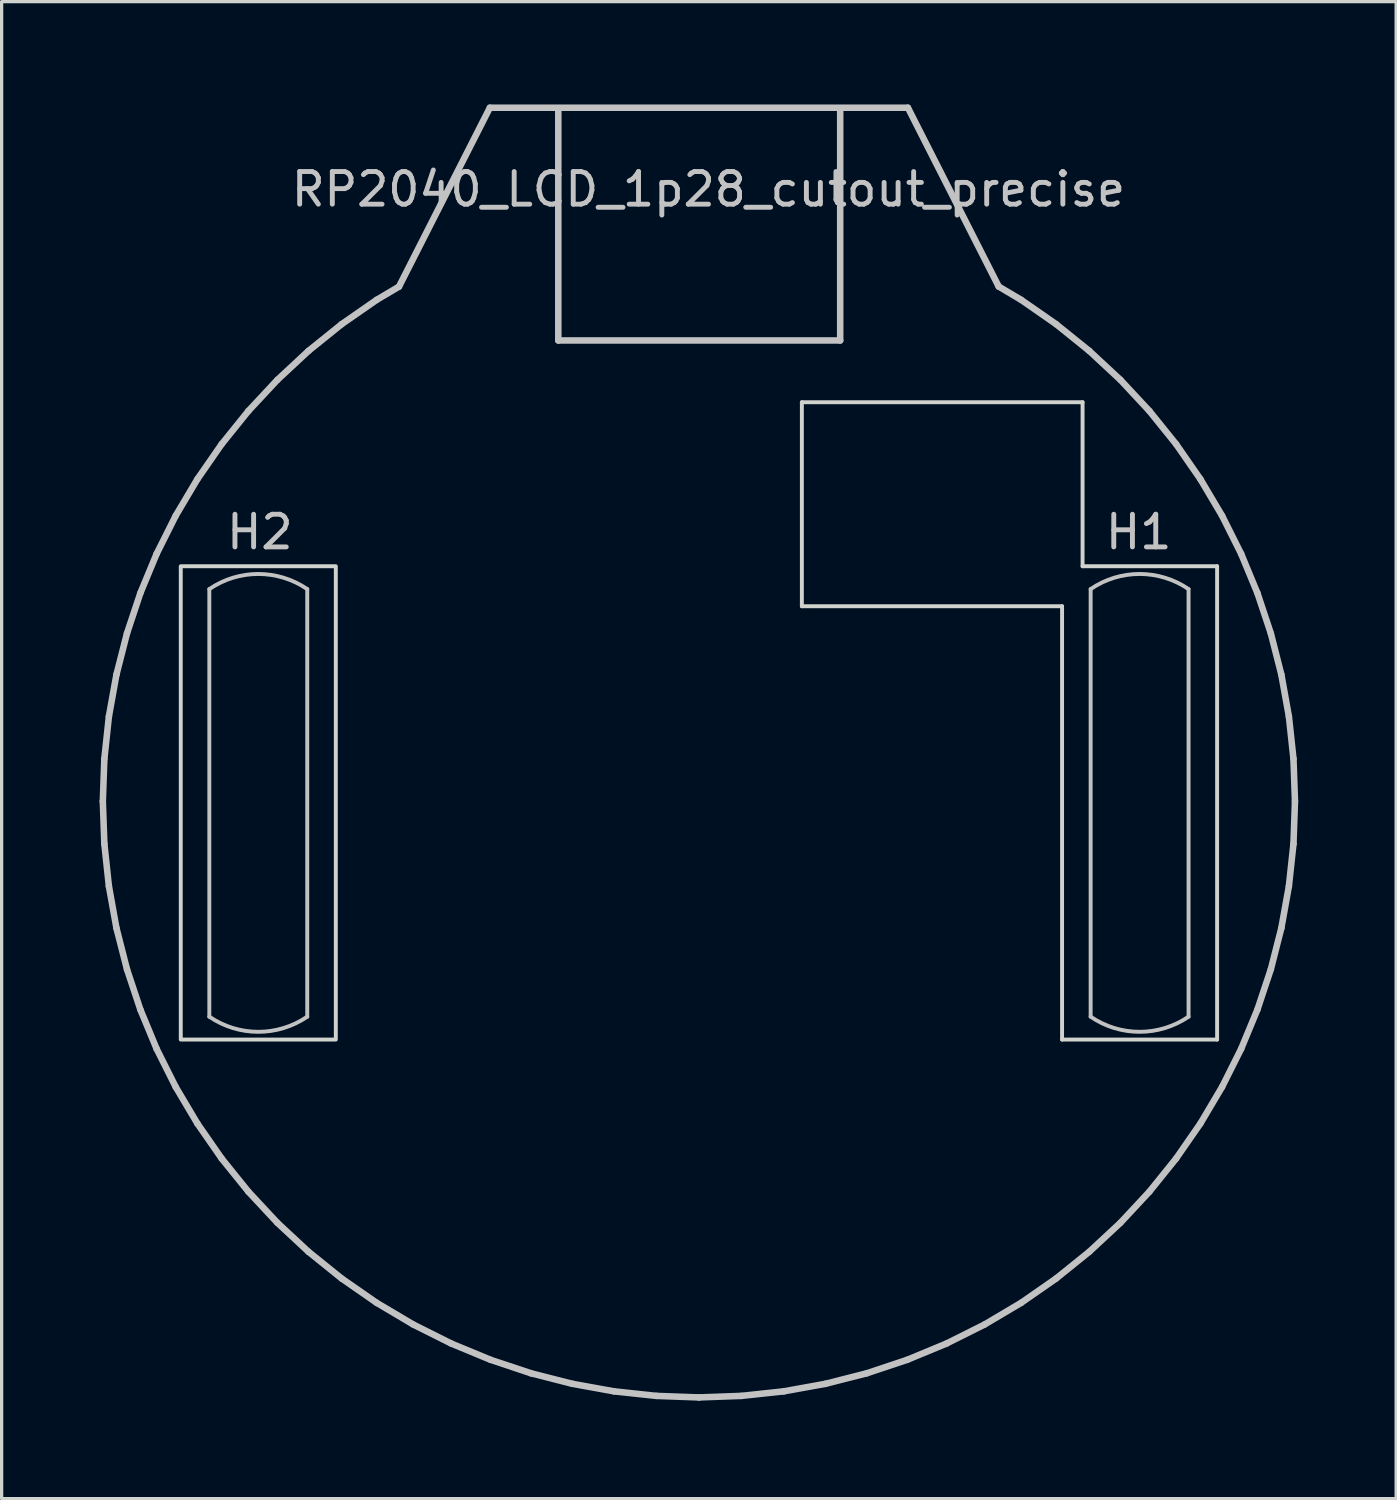
<source format=kicad_pcb>
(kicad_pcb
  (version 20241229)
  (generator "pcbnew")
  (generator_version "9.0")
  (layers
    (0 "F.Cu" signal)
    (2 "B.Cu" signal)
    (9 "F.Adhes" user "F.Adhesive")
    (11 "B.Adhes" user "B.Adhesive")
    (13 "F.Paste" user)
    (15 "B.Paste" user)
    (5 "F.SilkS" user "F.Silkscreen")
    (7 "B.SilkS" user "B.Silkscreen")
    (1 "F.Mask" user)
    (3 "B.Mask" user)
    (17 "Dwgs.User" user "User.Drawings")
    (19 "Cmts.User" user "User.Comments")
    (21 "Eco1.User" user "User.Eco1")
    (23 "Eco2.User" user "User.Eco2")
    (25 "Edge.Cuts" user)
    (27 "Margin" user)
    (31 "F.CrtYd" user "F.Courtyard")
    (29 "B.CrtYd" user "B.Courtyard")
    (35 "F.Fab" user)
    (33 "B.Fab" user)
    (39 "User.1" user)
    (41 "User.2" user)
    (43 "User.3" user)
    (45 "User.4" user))
  (footprint "RP2040_LCD_1p28_cutout_precise"
    (layer "F.Cu")
    (at 11.958 0.25)
    (property "Reference" "RP2040_LCD_1p28_cutout_precise" (at 6.697 2.5 0) (unlocked yes) (layer "Dwgs.User") (effects (font (size 1 1) (thickness 0.15))))
    (fp_line (start -11.858 21.25) (end -11.811 19.947) (stroke (width 0.2) (type solid)) (layer "Dwgs.User"))
    (fp_line (start -11.811 19.947) (end -11.672 18.651) (stroke (width 0.2) (type solid)) (layer "Dwgs.User"))
    (fp_line (start -11.811 22.553) (end -11.858 21.25) (stroke (width 0.2) (type solid)) (layer "Dwgs.User"))
    (fp_line (start -11.672 18.651) (end -11.441 17.368) (stroke (width 0.2) (type solid)) (layer "Dwgs.User"))
    (fp_line (start -11.672 23.849) (end -11.811 22.553) (stroke (width 0.2) (type solid)) (layer "Dwgs.User"))
    (fp_line (start -11.441 17.368) (end -11.118 16.105) (stroke (width 0.2) (type solid)) (layer "Dwgs.User"))
    (fp_line (start -11.441 25.132) (end -11.672 23.849) (stroke (width 0.2) (type solid)) (layer "Dwgs.User"))
    (fp_line (start -11.118 16.105) (end -10.707 14.868) (stroke (width 0.2) (type solid)) (layer "Dwgs.User"))
    (fp_line (start -11.118 26.395) (end -11.441 25.132) (stroke (width 0.2) (type solid)) (layer "Dwgs.User"))
    (fp_line (start -10.707 14.868) (end -10.208 13.664) (stroke (width 0.2) (type solid)) (layer "Dwgs.User"))
    (fp_line (start -10.707 27.632) (end -11.118 26.395) (stroke (width 0.2) (type solid)) (layer "Dwgs.User"))
    (fp_line (start -10.208 13.664) (end -9.624 12.498) (stroke (width 0.2) (type solid)) (layer "Dwgs.User"))
    (fp_line (start -10.208 28.836) (end -10.707 27.632) (stroke (width 0.2) (type solid)) (layer "Dwgs.User"))
    (fp_line (start -9.624 12.498) (end -8.959 11.377) (stroke (width 0.2) (type solid)) (layer "Dwgs.User"))
    (fp_line (start -9.624 30.002) (end -10.208 28.836) (stroke (width 0.2) (type solid)) (layer "Dwgs.User"))
    (fp_line (start -8.959 11.377) (end -8.216 10.306) (stroke (width 0.2) (type solid)) (layer "Dwgs.User"))
    (fp_line (start -8.959 31.123) (end -9.624 30.002) (stroke (width 0.2) (type solid)) (layer "Dwgs.User"))
    (fp_line (start -8.595 27.848) (end -8.595 14.748) (stroke (width 0.12) (type solid)) (layer "Dwgs.User"))
    (fp_line (start -8.216 10.306) (end -7.398 9.291) (stroke (width 0.2) (type solid)) (layer "Dwgs.User"))
    (fp_line (start -8.216 32.194) (end -8.959 31.123) (stroke (width 0.2) (type solid)) (layer "Dwgs.User"))
    (fp_line (start -7.398 9.291) (end -6.509 8.337) (stroke (width 0.2) (type solid)) (layer "Dwgs.User"))
    (fp_line (start -7.398 33.209) (end -8.216 32.194) (stroke (width 0.2) (type solid)) (layer "Dwgs.User"))
    (fp_line (start -6.509 8.337) (end -5.555 7.449) (stroke (width 0.2) (type solid)) (layer "Dwgs.User"))
    (fp_line (start -6.509 34.163) (end -7.398 33.209) (stroke (width 0.2) (type solid)) (layer "Dwgs.User"))
    (fp_line (start -5.595 14.748) (end -5.595 27.848) (stroke (width 0.12) (type solid)) (layer "Dwgs.User"))
    (fp_line (start -5.555 7.449) (end -4.54 6.631) (stroke (width 0.2) (type solid)) (layer "Dwgs.User"))
    (fp_line (start -5.555 35.051) (end -6.509 34.163) (stroke (width 0.2) (type solid)) (layer "Dwgs.User"))
    (fp_line (start -4.54 6.631) (end -3.469 5.887) (stroke (width 0.2) (type solid)) (layer "Dwgs.User"))
    (fp_line (start -4.54 35.869) (end -5.555 35.051) (stroke (width 0.2) (type solid)) (layer "Dwgs.User"))
    (fp_line (start -3.469 5.887) (end -2.784 5.481) (stroke (width 0.2) (type solid)) (layer "Dwgs.User"))
    (fp_line (start -3.469 36.613) (end -4.54 35.869) (stroke (width 0.2) (type solid)) (layer "Dwgs.User"))
    (fp_line (start -2.784 5.481) (end 0 0) (stroke (width 0.2) (type solid)) (layer "Dwgs.User"))
    (fp_line (start -2.348 37.278) (end -3.469 36.613) (stroke (width 0.2) (type solid)) (layer "Dwgs.User"))
    (fp_line (start -1.183 37.861) (end -2.348 37.278) (stroke (width 0.2) (type solid)) (layer "Dwgs.User"))
    (fp_line (start 0 0) (end 12.807 0) (stroke (width 0.2) (type solid)) (layer "Dwgs.User"))
    (fp_line (start 0.022 38.36) (end -1.183 37.861) (stroke (width 0.2) (type solid)) (layer "Dwgs.User"))
    (fp_line (start 1.259 38.772) (end 0.022 38.36) (stroke (width 0.2) (type solid)) (layer "Dwgs.User"))
    (fp_line (start 2.096 7.131) (end 2.096 0.019) (stroke (width 0.2) (type solid)) (layer "Dwgs.User"))
    (fp_line (start 2.522 39.094) (end 1.259 38.772) (stroke (width 0.2) (type solid)) (layer "Dwgs.User"))
    (fp_line (start 3.805 39.326) (end 2.522 39.094) (stroke (width 0.2) (type solid)) (layer "Dwgs.User"))
    (fp_line (start 5.101 39.465) (end 3.805 39.326) (stroke (width 0.2) (type solid)) (layer "Dwgs.User"))
    (fp_line (start 6.404 39.512) (end 5.101 39.465) (stroke (width 0.2) (type solid)) (layer "Dwgs.User"))
    (fp_line (start 7.706 39.465) (end 6.404 39.512) (stroke (width 0.2) (type solid)) (layer "Dwgs.User"))
    (fp_line (start 9.003 39.326) (end 7.706 39.465) (stroke (width 0.2) (type solid)) (layer "Dwgs.User"))
    (fp_line (start 10.285 39.094) (end 9.003 39.326) (stroke (width 0.2) (type solid)) (layer "Dwgs.User"))
    (fp_line (start 10.732 0.019) (end 10.732 7.131) (stroke (width 0.2) (type solid)) (layer "Dwgs.User"))
    (fp_line (start 10.732 7.131) (end 2.096 7.131) (stroke (width 0.2) (type solid)) (layer "Dwgs.User"))
    (fp_line (start 11.549 38.772) (end 10.285 39.094) (stroke (width 0.2) (type solid)) (layer "Dwgs.User"))
    (fp_line (start 12.785 38.36) (end 11.549 38.772) (stroke (width 0.2) (type solid)) (layer "Dwgs.User"))
    (fp_line (start 12.807 0) (end 15.589 5.479) (stroke (width 0.2) (type solid)) (layer "Dwgs.User"))
    (fp_line (start 13.99 37.861) (end 12.785 38.36) (stroke (width 0.2) (type solid)) (layer "Dwgs.User"))
    (fp_line (start 15.156 37.278) (end 13.99 37.861) (stroke (width 0.2) (type solid)) (layer "Dwgs.User"))
    (fp_line (start 15.589 5.479) (end 16.277 5.887) (stroke (width 0.2) (type solid)) (layer "Dwgs.User"))
    (fp_line (start 16.277 5.887) (end 17.347 6.631) (stroke (width 0.2) (type solid)) (layer "Dwgs.User"))
    (fp_line (start 16.277 36.613) (end 15.156 37.278) (stroke (width 0.2) (type solid)) (layer "Dwgs.User"))
    (fp_line (start 17.347 6.631) (end 18.362 7.449) (stroke (width 0.2) (type solid)) (layer "Dwgs.User"))
    (fp_line (start 17.347 35.869) (end 16.277 36.613) (stroke (width 0.2) (type solid)) (layer "Dwgs.User"))
    (fp_line (start 18.362 7.449) (end 19.317 8.337) (stroke (width 0.2) (type solid)) (layer "Dwgs.User"))
    (fp_line (start 18.362 35.051) (end 17.347 35.869) (stroke (width 0.2) (type solid)) (layer "Dwgs.User"))
    (fp_line (start 18.405 27.848) (end 18.405 14.748) (stroke (width 0.12) (type solid)) (layer "Dwgs.User"))
    (fp_line (start 19.317 8.337) (end 20.205 9.291) (stroke (width 0.2) (type solid)) (layer "Dwgs.User"))
    (fp_line (start 19.317 34.163) (end 18.362 35.051) (stroke (width 0.2) (type solid)) (layer "Dwgs.User"))
    (fp_line (start 20.205 9.291) (end 21.023 10.306) (stroke (width 0.2) (type solid)) (layer "Dwgs.User"))
    (fp_line (start 20.205 33.209) (end 19.317 34.163) (stroke (width 0.2) (type solid)) (layer "Dwgs.User"))
    (fp_line (start 21.023 10.306) (end 21.766 11.377) (stroke (width 0.2) (type solid)) (layer "Dwgs.User"))
    (fp_line (start 21.023 32.194) (end 20.205 33.209) (stroke (width 0.2) (type solid)) (layer "Dwgs.User"))
    (fp_line (start 21.405 14.748) (end 21.405 27.848) (stroke (width 0.12) (type solid)) (layer "Dwgs.User"))
    (fp_line (start 21.766 11.377) (end 22.431 12.498) (stroke (width 0.2) (type solid)) (layer "Dwgs.User"))
    (fp_line (start 21.766 31.123) (end 21.023 32.194) (stroke (width 0.2) (type solid)) (layer "Dwgs.User"))
    (fp_line (start 22.431 12.498) (end 23.015 13.664) (stroke (width 0.2) (type solid)) (layer "Dwgs.User"))
    (fp_line (start 22.431 30.002) (end 21.766 31.123) (stroke (width 0.2) (type solid)) (layer "Dwgs.User"))
    (fp_line (start 23.015 13.664) (end 23.514 14.868) (stroke (width 0.2) (type solid)) (layer "Dwgs.User"))
    (fp_line (start 23.015 28.836) (end 22.431 30.002) (stroke (width 0.2) (type solid)) (layer "Dwgs.User"))
    (fp_line (start 23.514 14.868) (end 23.926 16.105) (stroke (width 0.2) (type solid)) (layer "Dwgs.User"))
    (fp_line (start 23.514 27.632) (end 23.015 28.836) (stroke (width 0.2) (type solid)) (layer "Dwgs.User"))
    (fp_line (start 23.926 16.105) (end 24.248 17.368) (stroke (width 0.2) (type solid)) (layer "Dwgs.User"))
    (fp_line (start 23.926 26.395) (end 23.514 27.632) (stroke (width 0.2) (type solid)) (layer "Dwgs.User"))
    (fp_line (start 24.248 17.368) (end 24.479 18.651) (stroke (width 0.2) (type solid)) (layer "Dwgs.User"))
    (fp_line (start 24.248 25.132) (end 23.926 26.395) (stroke (width 0.2) (type solid)) (layer "Dwgs.User"))
    (fp_line (start 24.479 18.651) (end 24.619 19.947) (stroke (width 0.2) (type solid)) (layer "Dwgs.User"))
    (fp_line (start 24.479 23.849) (end 24.248 25.132) (stroke (width 0.2) (type solid)) (layer "Dwgs.User"))
    (fp_line (start 24.619 19.947) (end 24.665 21.25) (stroke (width 0.2) (type solid)) (layer "Dwgs.User"))
    (fp_line (start 24.619 22.553) (end 24.479 23.849) (stroke (width 0.2) (type solid)) (layer "Dwgs.User"))
    (fp_line (start 24.665 21.25) (end 24.619 22.553) (stroke (width 0.2) (type solid)) (layer "Dwgs.User"))
    (fp_arc (start -8.595105 14.747877) (mid -7.095108 14.28445) (end -5.595111 14.747877) (stroke (width 0.12) (type solid)) (layer "Dwgs.User"))
    (fp_arc (start -5.595111 27.847927) (mid -7.095108 28.311352) (end -8.595105 27.847927) (stroke (width 0.12) (type solid)) (layer "Dwgs.User"))
    (fp_arc (start 18.405147 14.747778) (mid 19.905144 14.284351) (end 21.405141 14.747778) (stroke (width 0.12) (type solid)) (layer "Dwgs.User"))
    (fp_arc (start 21.405141 27.847827) (mid 19.905144 28.311254) (end 18.405147 27.847827) (stroke (width 0.12) (type solid)) (layer "Dwgs.User"))
    (fp_line (start 9.558 9.023) (end 9.558 15.273) (stroke (width 0.12) (type solid)) (layer "Edge.Cuts"))
    (fp_line (start 9.558 15.273) (end 17.53 15.273) (stroke (width 0.12) (type solid)) (layer "Edge.Cuts"))
    (fp_line (start 17.53 15.273) (end 17.53 28.548) (stroke (width 0.12) (type solid)) (layer "Edge.Cuts"))
    (fp_line (start 17.53 28.548) (end 22.28 28.548) (stroke (width 0.12) (type solid)) (layer "Edge.Cuts"))
    (fp_line (start 18.158 9.023) (end 9.558 9.023) (stroke (width 0.12) (type solid)) (layer "Edge.Cuts"))
    (fp_line (start 18.158 14.048) (end 18.158 9.023) (stroke (width 0.12) (type solid)) (layer "Edge.Cuts"))
    (fp_line (start 22.28 14.048) (end 18.158 14.048) (stroke (width 0.12) (type solid)) (layer "Edge.Cuts"))
    (fp_line (start 22.28 28.548) (end 22.28 14.048) (stroke (width 0.12) (type solid)) (layer "Edge.Cuts"))
    (fp_rect (start -9.47 14.048) (end -4.72 28.548) (stroke (width 0.12) (type solid)) (fill no) (layer "Edge.Cuts"))
    (fp_text user "H1" (at 19.876 13 0) (unlocked yes) (layer "Dwgs.User") (effects (font (size 1 1) (thickness 0.15))))
    (fp_text user "H2" (at -7.048 13 0) (unlocked yes) (layer "Dwgs.User") (effects (font (size 1 1) (thickness 0.15)))))
  (gr_rect
    (start -3 -3)
    (end 39.723 42.862)
    (stroke (width 0.1) (type default))
    (fill no)
    (layer "Edge.Cuts")))
</source>
